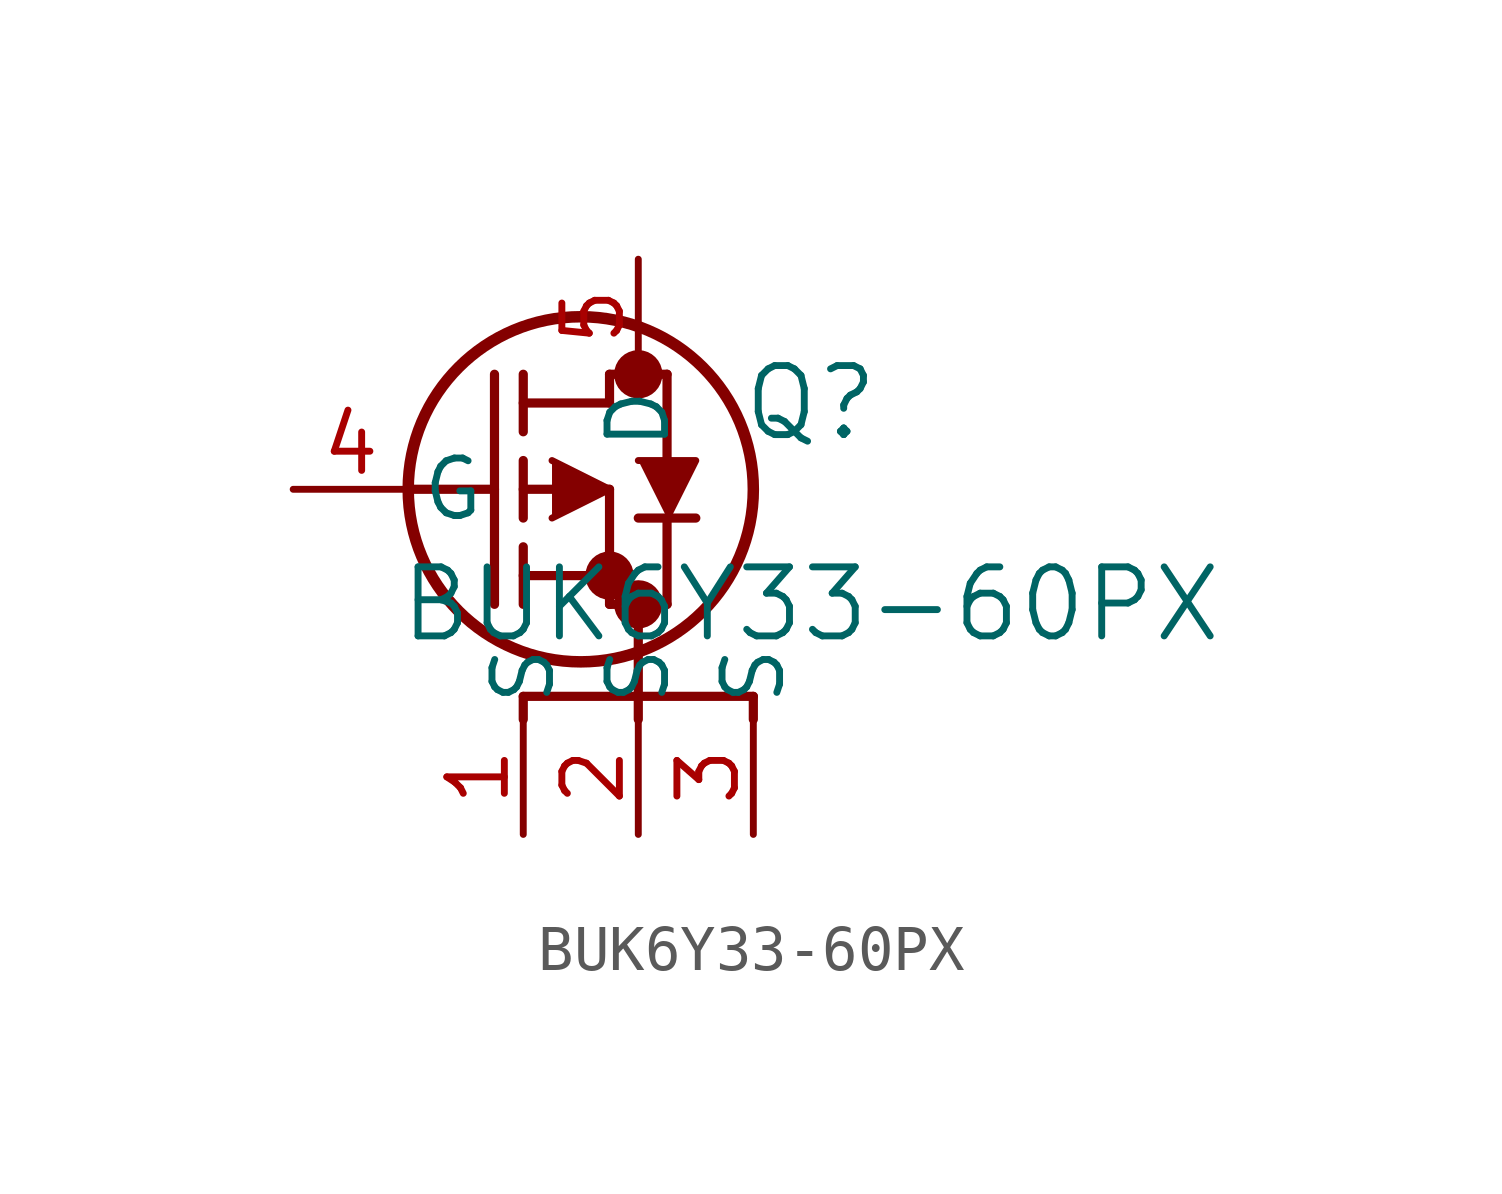
<source format=kicad_sym>
(kicad_symbol_lib
  (version 20211014)
  (generator kicad_symbol_editor)
  (symbol "BUK6Y33-60PX"
    (pin_names
      (offset 0.254))
    (property "Reference" "Q"
      (at 11.43 1.905 0)
      (effects (font (size 1.524 1.524))))
    (property "Value" "BUK6Y33-60PX"
      (at 11.43 -2.54 0)
      (effects (font (size 1.524 1.524))))
    (symbol "BUK6Y33-60PX_0_1"
      (circle (center 7.62 2.54) (radius 0.025) (stroke (width 0.508) (type default) (color 0 0 0 0)) (fill (type none)))
      (circle (center 7.62 -2.54) (radius 0.025) (stroke (width 0.508) (type default) (color 0 0 0 0)) (fill (type none)))
      (circle (center 6.985 -1.905) (radius 0.025) (stroke (width 0.508) (type default) (color 0 0 0 0)) (fill (type none)))
      (circle (center 6.35 0) (radius 3.81) (stroke (width 0.254) (type default) (color 0 0 0 0)) (fill (type none)))
      (polyline (pts (xy 2.54 0) (xy 4.445 0)) (stroke (width 0.203) (type default) (color 0 0 0 0)) (fill (type none)))
      (polyline (pts (xy 4.445 -2.54) (xy 4.445 2.54)) (stroke (width 0.203) (type default) (color 0 0 0 0)) (fill (type none)))
      (polyline (pts (xy 5.08 -0.635) (xy 5.08 0.635)) (stroke (width 0.203) (type default) (color 0 0 0 0)) (fill (type none)))
      (polyline (pts (xy 5.08 -2.54) (xy 5.08 -1.27)) (stroke (width 0.203) (type default) (color 0 0 0 0)) (fill (type none)))
      (polyline (pts (xy 5.08 1.27) (xy 5.08 2.54)) (stroke (width 0.203) (type default) (color 0 0 0 0)) (fill (type none)))
      (polyline (pts (xy 5.08 0) (xy 6.985 0)) (stroke (width 0.203) (type default) (color 0 0 0 0)) (fill (type none)))
      (polyline (pts (xy 5.08 -1.905) (xy 6.985 -1.905)) (stroke (width 0.203) (type default) (color 0 0 0 0)) (fill (type none)))
      (polyline (pts (xy 6.985 -2.54) (xy 6.985 0)) (stroke (width 0.203) (type default) (color 0 0 0 0)) (fill (type none)))
      (polyline (pts (xy 6.985 -2.54) (xy 8.255 -2.54)) (stroke (width 0.203) (type default) (color 0 0 0 0)) (fill (type none)))
      (polyline (pts (xy 5.08 1.905) (xy 6.985 1.905)) (stroke (width 0.203) (type default) (color 0 0 0 0)) (fill (type none)))
      (polyline (pts (xy 8.255 0.635) (xy 8.255 2.54)) (stroke (width 0.203) (type default) (color 0 0 0 0)) (fill (type none)))
      (polyline (pts (xy 5.715 -0.635) (xy 6.985 0) (xy 5.715 0.635)) (stroke (width 0) (type default) (color 0 0 0 0)) (fill (type outline)))
      (polyline (pts (xy 7.62 -0.635) (xy 8.89 -0.635)) (stroke (width 0.203) (type default) (color 0 0 0 0)) (fill (type none)))
      (polyline (pts (xy 8.255 -2.54) (xy 8.255 -0.635)) (stroke (width 0.203) (type default) (color 0 0 0 0)) (fill (type none)))
      (polyline (pts (xy 7.62 0.635) (xy 8.89 0.635) (xy 8.255 -0.635)) (stroke (width 0) (type default) (color 0 0 0 0)) (fill (type outline)))
      (polyline (pts (xy 6.985 2.54) (xy 8.255 2.54)) (stroke (width 0.203) (type default) (color 0 0 0 0)) (fill (type none)))
      (polyline (pts (xy 6.985 1.905) (xy 6.985 2.54)) (stroke (width 0.203) (type default) (color 0 0 0 0)) (fill (type none)))
      (polyline (pts (xy 5.08 -4.572) (xy 5.08 -5.08)) (stroke (width 0.203) (type default) (color 0 0 0 0)) (fill (type none)))
      (polyline (pts (xy 5.08 -4.572) (xy 10.16 -4.572)) (stroke (width 0.203) (type default) (color 0 0 0 0)) (fill (type none)))
      (polyline (pts (xy 7.62 -5.08) (xy 7.62 -2.54)) (stroke (width 0.203) (type default) (color 0 0 0 0)) (fill (type none)))
      (polyline (pts (xy 10.16 -4.572) (xy 10.16 -5.08)) (stroke (width 0.203) (type default) (color 0 0 0 0)) (fill (type none)))
      (pin unspecified line (at 5.08 -7.62 90) (length 2.54) (name "S" (effects (font (size 1.27 1.27)))) (number "1" (effects (font (size 1.27 1.27)))))
      (pin unspecified line (at 7.62 -7.62 90) (length 2.54) (name "S" (effects (font (size 1.27 1.27)))) (number "2" (effects (font (size 1.27 1.27)))))
      (pin unspecified line (at 10.16 -7.62 90) (length 2.54) (name "S" (effects (font (size 1.27 1.27)))) (number "3" (effects (font (size 1.27 1.27)))))
      (pin unspecified line (at 0 0 0) (length 2.54) (name "G" (effects (font (size 1.27 1.27)))) (number "4" (effects (font (size 1.27 1.27)))))
      (pin unspecified line (at 7.62 5.08 270) (length 2.54) (name "D" (effects (font (size 1.27 1.27)))) (number "5" (effects (font (size 1.27 1.27))))))))
</source>
